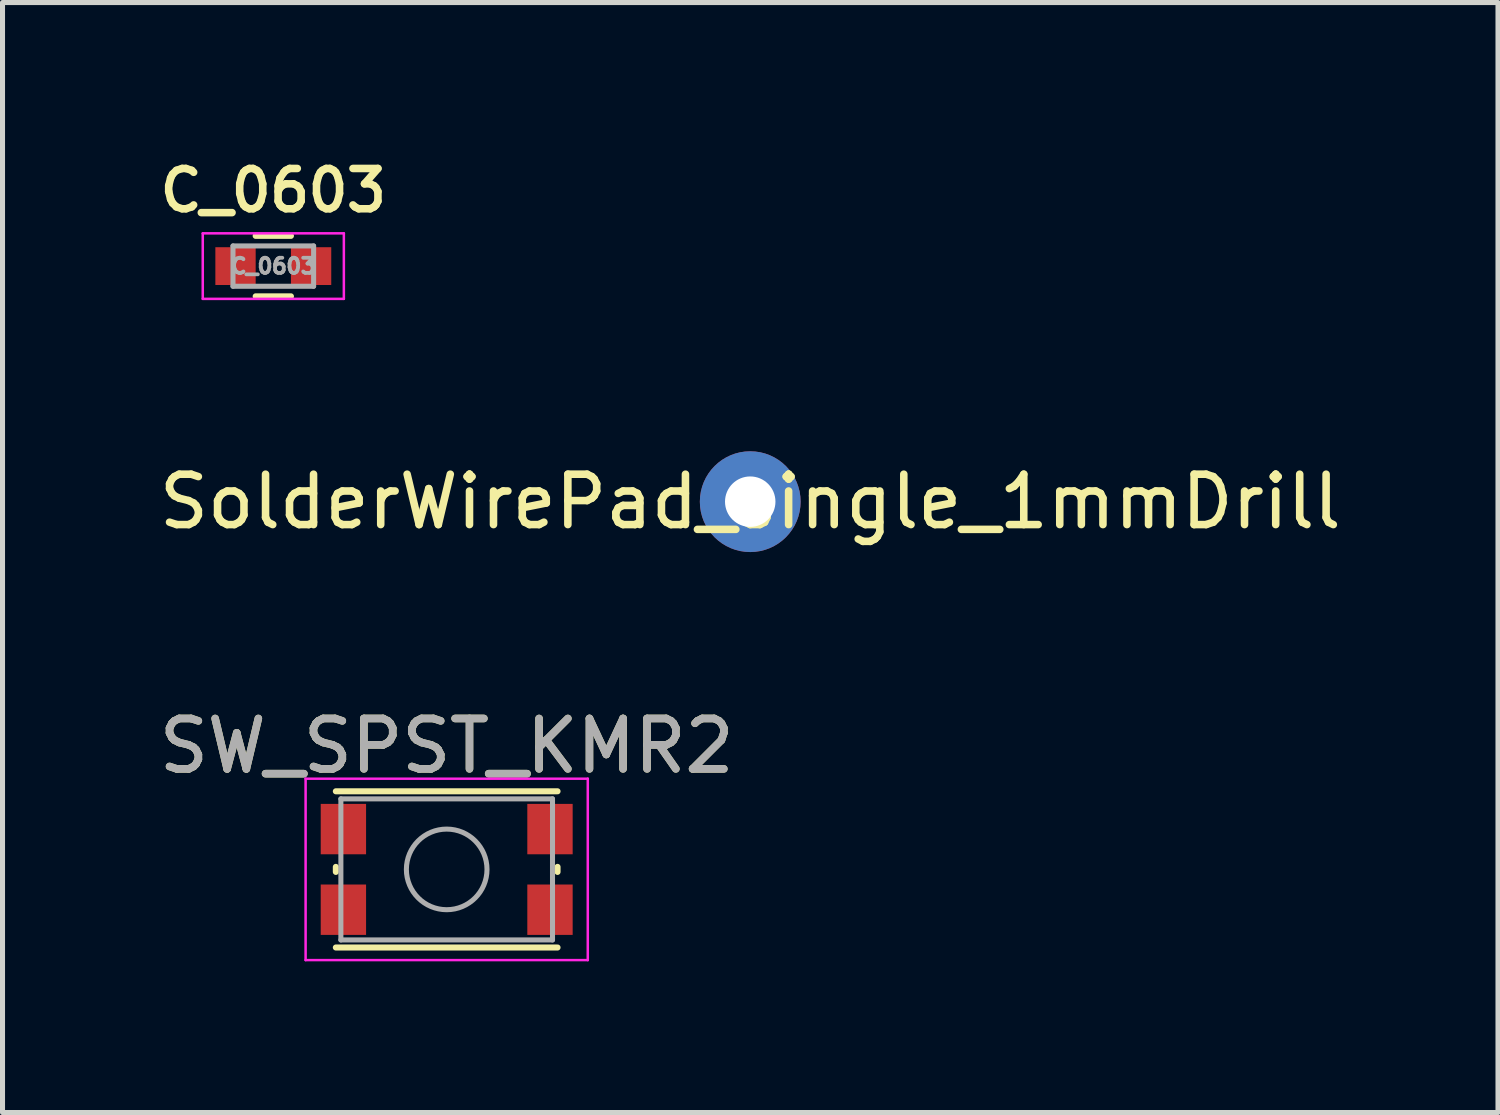
<source format=kicad_pcb>
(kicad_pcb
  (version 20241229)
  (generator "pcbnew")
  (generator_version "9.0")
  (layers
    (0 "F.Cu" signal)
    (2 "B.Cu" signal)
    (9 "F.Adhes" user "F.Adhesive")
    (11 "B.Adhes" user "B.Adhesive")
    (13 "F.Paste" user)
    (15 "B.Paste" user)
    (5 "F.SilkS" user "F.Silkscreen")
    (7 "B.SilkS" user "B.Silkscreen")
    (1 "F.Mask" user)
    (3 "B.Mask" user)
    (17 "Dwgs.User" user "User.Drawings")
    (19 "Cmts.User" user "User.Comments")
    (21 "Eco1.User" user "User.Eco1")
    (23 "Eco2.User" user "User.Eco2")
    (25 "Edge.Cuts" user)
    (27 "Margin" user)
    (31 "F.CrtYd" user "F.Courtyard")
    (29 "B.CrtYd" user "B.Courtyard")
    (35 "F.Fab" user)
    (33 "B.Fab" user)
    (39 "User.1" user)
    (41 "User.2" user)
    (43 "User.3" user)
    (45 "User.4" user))
  (footprint "SolderWirePad_single_1mmDrill"
    (layer "F.Cu")
    (at 11.839 6.906)
    (property "Reference" "SolderWirePad_single_1mmDrill" (at 0 0 0) (layer "F.SilkS") (effects (font (size 1 1) (thickness 0.15))))
    (attr through_hole)
    (pad "1" thru_hole circle (at 0 0) (size 2 2) (drill 1.001) (layers "*.Cu" "*.Mask")))
  (footprint "SW_SPST_KMR2"
    (layer "F.Cu")
    (at 5.815 14.204)
    (property "Reference" "SW_SPST_KMR2" (at 0 -2.45 0) (layer "F.SilkS") (effects (font (size 1 1) (thickness 0.15))))
    (attr smd)
    (fp_line (start -2.2 0.05) (end -2.2 -0.05) (stroke (width 0.12) (type solid)) (layer "F.SilkS"))
    (fp_line (start -2.2 1.55) (end 2.2 1.55) (stroke (width 0.12) (type solid)) (layer "F.SilkS"))
    (fp_line (start 2.2 -1.55) (end -2.2 -1.55) (stroke (width 0.12) (type solid)) (layer "F.SilkS"))
    (fp_line (start 2.2 0.05) (end 2.2 -0.05) (stroke (width 0.12) (type solid)) (layer "F.SilkS"))
    (fp_line (start -2.8 -1.8) (end 2.8 -1.8) (stroke (width 0.05) (type solid)) (layer "F.CrtYd"))
    (fp_line (start -2.8 1.8) (end -2.8 -1.8) (stroke (width 0.05) (type solid)) (layer "F.CrtYd"))
    (fp_line (start 2.8 -1.8) (end 2.8 1.8) (stroke (width 0.05) (type solid)) (layer "F.CrtYd"))
    (fp_line (start 2.8 1.8) (end -2.8 1.8) (stroke (width 0.05) (type solid)) (layer "F.CrtYd"))
    (fp_line (start -2.1 -1.4) (end 2.1 -1.4) (stroke (width 0.1) (type solid)) (layer "F.Fab"))
    (fp_line (start -2.1 1.4) (end -2.1 -1.4) (stroke (width 0.1) (type solid)) (layer "F.Fab"))
    (fp_line (start 2.1 -1.4) (end 2.1 1.4) (stroke (width 0.1) (type solid)) (layer "F.Fab"))
    (fp_line (start 2.1 1.4) (end -2.1 1.4) (stroke (width 0.1) (type solid)) (layer "F.Fab"))
    (fp_circle (center 0 0) (end 0 0.8) (stroke (width 0.1) (type solid)) (fill no) (layer "F.Fab"))
    (fp_text user "${REFERENCE}" (at 0 -2.45 0) (layer "F.Fab") (effects (font (size 1 1) (thickness 0.15))))
    (pad "1" smd rect (at -2.05 -0.8) (size 0.9 1) (layers "F.Cu" "F.Mask" "F.Paste"))
    (pad "1" smd rect (at 2.05 -0.8) (size 0.9 1) (layers "F.Cu" "F.Mask" "F.Paste"))
    (pad "2" smd rect (at -2.05 0.8) (size 0.9 1) (layers "F.Cu" "F.Mask" "F.Paste"))
    (pad "2" smd rect (at 2.05 0.8) (size 0.9 1) (layers "F.Cu" "F.Mask" "F.Paste")))
  (footprint "C_0603"
    (layer "F.Cu")
    (at 2.374 2.231)
    (property "Reference" "C_0603" (at 0 -1.5 0) (layer "F.SilkS") (effects (font (size 0.8 0.8) (thickness 0.15))))
    (attr smd)
    (fp_line (start -0.35 -0.6) (end 0.35 -0.6) (stroke (width 0.12) (type solid)) (layer "F.SilkS"))
    (fp_line (start 0.35 0.6) (end -0.35 0.6) (stroke (width 0.12) (type solid)) (layer "F.SilkS"))
    (fp_line (start -1.4 -0.65) (end -1.4 0.65) (stroke (width 0.05) (type solid)) (layer "F.CrtYd"))
    (fp_line (start -1.4 -0.65) (end 1.4 -0.65) (stroke (width 0.05) (type solid)) (layer "F.CrtYd"))
    (fp_line (start 1.4 0.65) (end -1.4 0.65) (stroke (width 0.05) (type solid)) (layer "F.CrtYd"))
    (fp_line (start 1.4 0.65) (end 1.4 -0.65) (stroke (width 0.05) (type solid)) (layer "F.CrtYd"))
    (fp_line (start -0.8 -0.4) (end 0.8 -0.4) (stroke (width 0.1) (type solid)) (layer "F.Fab"))
    (fp_line (start -0.8 0.4) (end -0.8 -0.4) (stroke (width 0.1) (type solid)) (layer "F.Fab"))
    (fp_line (start 0.8 -0.4) (end 0.8 0.4) (stroke (width 0.1) (type solid)) (layer "F.Fab"))
    (fp_line (start 0.8 0.4) (end -0.8 0.4) (stroke (width 0.1) (type solid)) (layer "F.Fab"))
    (fp_text user "${REFERENCE}" (at 0 0 0) (layer "F.Fab") (effects (font (size 0.3 0.3) (thickness 0.075))))
    (pad "1" smd rect (at -0.75 0) (size 0.8 0.75) (layers "F.Cu" "F.Mask" "F.Paste"))
    (pad "2" smd rect (at 0.75 0) (size 0.8 0.75) (layers "F.Cu" "F.Mask" "F.Paste")))
  (gr_rect
    (start -3 -3)
    (end 26.679 19.029)
    (stroke (width 0.1) (type default))
    (fill no)
    (layer "Edge.Cuts")))
</source>
